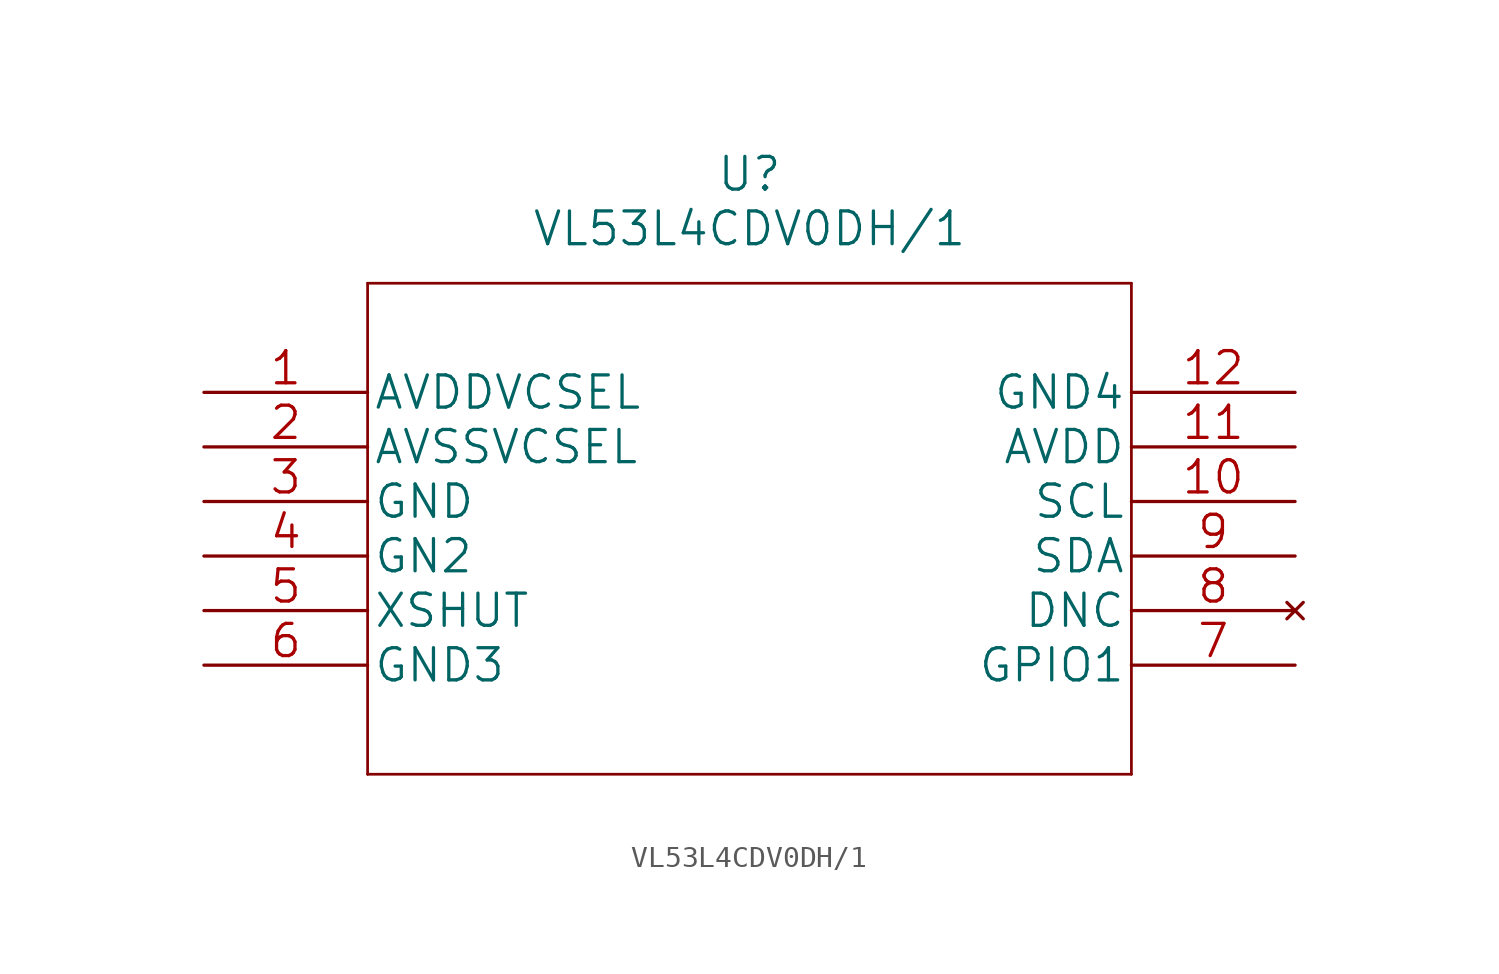
<source format=kicad_sym>
(kicad_symbol_lib
  (version 20220914)
  (generator kicad_symbol_editor)
  (symbol "VL53L4CDV0DH/1"
    (pin_names
      (offset 0.254))
    (property "Reference" "U"
      (at 25.4 10.16 0)
      (effects (font (size 1.524 1.524))))
    (property "Value" "VL53L4CDV0DH/1"
      (at 25.4 7.62 0)
      (effects (font (size 1.524 1.524))))
    (property "Datasheet" ""
      (at 0 0 0)
      (effects (font (size 1.524 1.524))))
    (property "ki_locked" ""
      (at 0 0 0)
      (effects (font (size 1.27 1.27))))
    (symbol "VL53L4CDV0DH/1_1_1"
      (polyline (pts (xy 7.62 -17.78) (xy 43.18 -17.78)) (stroke (width 0.127) (type solid)) (fill (type none)))
      (polyline (pts (xy 7.62 5.08) (xy 7.62 -17.78)) (stroke (width 0.127) (type solid)) (fill (type none)))
      (polyline (pts (xy 43.18 -17.78) (xy 43.18 5.08)) (stroke (width 0.127) (type solid)) (fill (type none)))
      (polyline (pts (xy 43.18 5.08) (xy 7.62 5.08)) (stroke (width 0.127) (type solid)) (fill (type none)))
      (pin power_in line (at 0 0 0) (length 7.62) (name "AVDDVCSEL" (effects (font (size 1.499 1.499)))) (number "1" (effects (font (size 1.499 1.499)))))
      (pin bidirectional line (at 50.8 -5.08 180) (length 7.62) (name "SCL" (effects (font (size 1.499 1.499)))) (number "10" (effects (font (size 1.499 1.499)))))
      (pin power_in line (at 50.8 -2.54 180) (length 7.62) (name "AVDD" (effects (font (size 1.499 1.499)))) (number "11" (effects (font (size 1.499 1.499)))))
      (pin power_in line (at 50.8 0 180) (length 7.62) (name "GND4" (effects (font (size 1.499 1.499)))) (number "12" (effects (font (size 1.499 1.499)))))
      (pin power_in line (at 0 -2.54 0) (length 7.62) (name "AVSSVCSEL" (effects (font (size 1.499 1.499)))) (number "2" (effects (font (size 1.499 1.499)))))
      (pin power_in line (at 0 -5.08 0) (length 7.62) (name "GND" (effects (font (size 1.499 1.499)))) (number "3" (effects (font (size 1.499 1.499)))))
      (pin power_in line (at 0 -7.62 0) (length 7.62) (name "GN2" (effects (font (size 1.499 1.499)))) (number "4" (effects (font (size 1.499 1.499)))))
      (pin input line (at 0 -10.16 0) (length 7.62) (name "XSHUT" (effects (font (size 1.499 1.499)))) (number "5" (effects (font (size 1.499 1.499)))))
      (pin power_in line (at 0 -12.7 0) (length 7.62) (name "GND3" (effects (font (size 1.499 1.499)))) (number "6" (effects (font (size 1.499 1.499)))))
      (pin bidirectional line (at 50.8 -12.7 180) (length 7.62) (name "GPIO1" (effects (font (size 1.499 1.499)))) (number "7" (effects (font (size 1.499 1.499)))))
      (pin no_connect line (at 50.8 -10.16 180) (length 7.62) (name "DNC" (effects (font (size 1.499 1.499)))) (number "8" (effects (font (size 1.499 1.499)))))
      (pin bidirectional line (at 50.8 -7.62 180) (length 7.62) (name "SDA" (effects (font (size 1.499 1.499)))) (number "9" (effects (font (size 1.499 1.499))))))))
</source>
